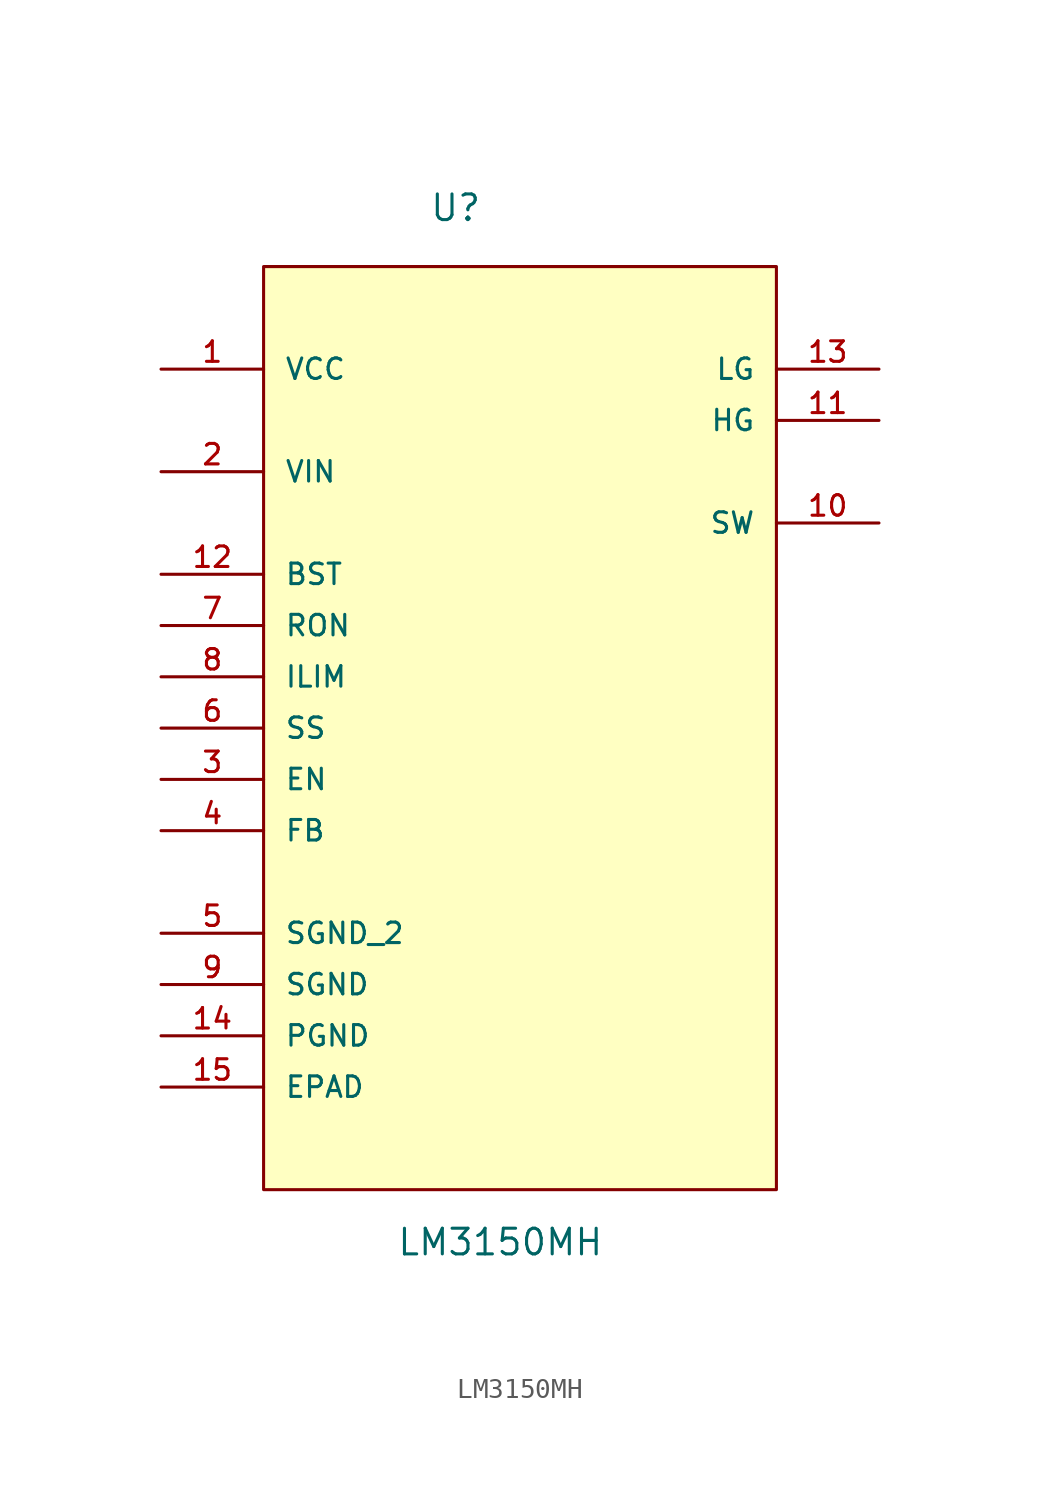
<source format=kicad_sym>
(kicad_symbol_lib
  (version 20211014)
  (generator kicad_symbol_editor)
  (symbol "LM3150MH"
    (pin_names
      (offset 1.016))
    (property "Reference" "U"
      (at -4.497 22.484 0.0)
      (effects (font (size 1.27 1.27)) (justify bottom left)))
    (property "Value" "LM3150MH"
      (at -6.125 -28.744 0.0)
      (effects (font (size 1.27 1.27)) (justify bottom left)))
    (symbol "LM3150MH_0_0"
      (rectangle (start -12.7 -25.4) (end 12.7 20.32) (stroke (width 0.152)) (fill (type background)))
      (pin power_in line (at -17.78 15.24 0) (length 5.08) (name "VCC" (effects (font (size 1.016 1.016)))) (number "1" (effects (font (size 1.016 1.016)))))
      (pin input line (at -17.78 10.16 0) (length 5.08) (name "VIN" (effects (font (size 1.016 1.016)))) (number "2" (effects (font (size 1.016 1.016)))))
      (pin input line (at -17.78 5.08 0) (length 5.08) (name "BST" (effects (font (size 1.016 1.016)))) (number "12" (effects (font (size 1.016 1.016)))))
      (pin input line (at -17.78 2.54 0) (length 5.08) (name "RON" (effects (font (size 1.016 1.016)))) (number "7" (effects (font (size 1.016 1.016)))))
      (pin input line (at -17.78 0.0 0) (length 5.08) (name "ILIM" (effects (font (size 1.016 1.016)))) (number "8" (effects (font (size 1.016 1.016)))))
      (pin input line (at -17.78 -2.54 0) (length 5.08) (name "SS" (effects (font (size 1.016 1.016)))) (number "6" (effects (font (size 1.016 1.016)))))
      (pin input line (at -17.78 -5.08 0) (length 5.08) (name "EN" (effects (font (size 1.016 1.016)))) (number "3" (effects (font (size 1.016 1.016)))))
      (pin input line (at -17.78 -7.62 0) (length 5.08) (name "FB" (effects (font (size 1.016 1.016)))) (number "4" (effects (font (size 1.016 1.016)))))
      (pin passive line (at -17.78 -12.7 0) (length 5.08) (name "SGND_2" (effects (font (size 1.016 1.016)))) (number "5" (effects (font (size 1.016 1.016)))))
      (pin passive line (at -17.78 -15.24 0) (length 5.08) (name "SGND" (effects (font (size 1.016 1.016)))) (number "9" (effects (font (size 1.016 1.016)))))
      (pin passive line (at -17.78 -17.78 0) (length 5.08) (name "PGND" (effects (font (size 1.016 1.016)))) (number "14" (effects (font (size 1.016 1.016)))))
      (pin passive line (at -17.78 -20.32 0) (length 5.08) (name "EPAD" (effects (font (size 1.016 1.016)))) (number "15" (effects (font (size 1.016 1.016)))))
      (pin output line (at 17.78 15.24 180.0) (length 5.08) (name "LG" (effects (font (size 1.016 1.016)))) (number "13" (effects (font (size 1.016 1.016)))))
      (pin output line (at 17.78 12.7 180.0) (length 5.08) (name "HG" (effects (font (size 1.016 1.016)))) (number "11" (effects (font (size 1.016 1.016)))))
      (pin output line (at 17.78 7.62 180.0) (length 5.08) (name "SW" (effects (font (size 1.016 1.016)))) (number "10" (effects (font (size 1.016 1.016))))))))
</source>
